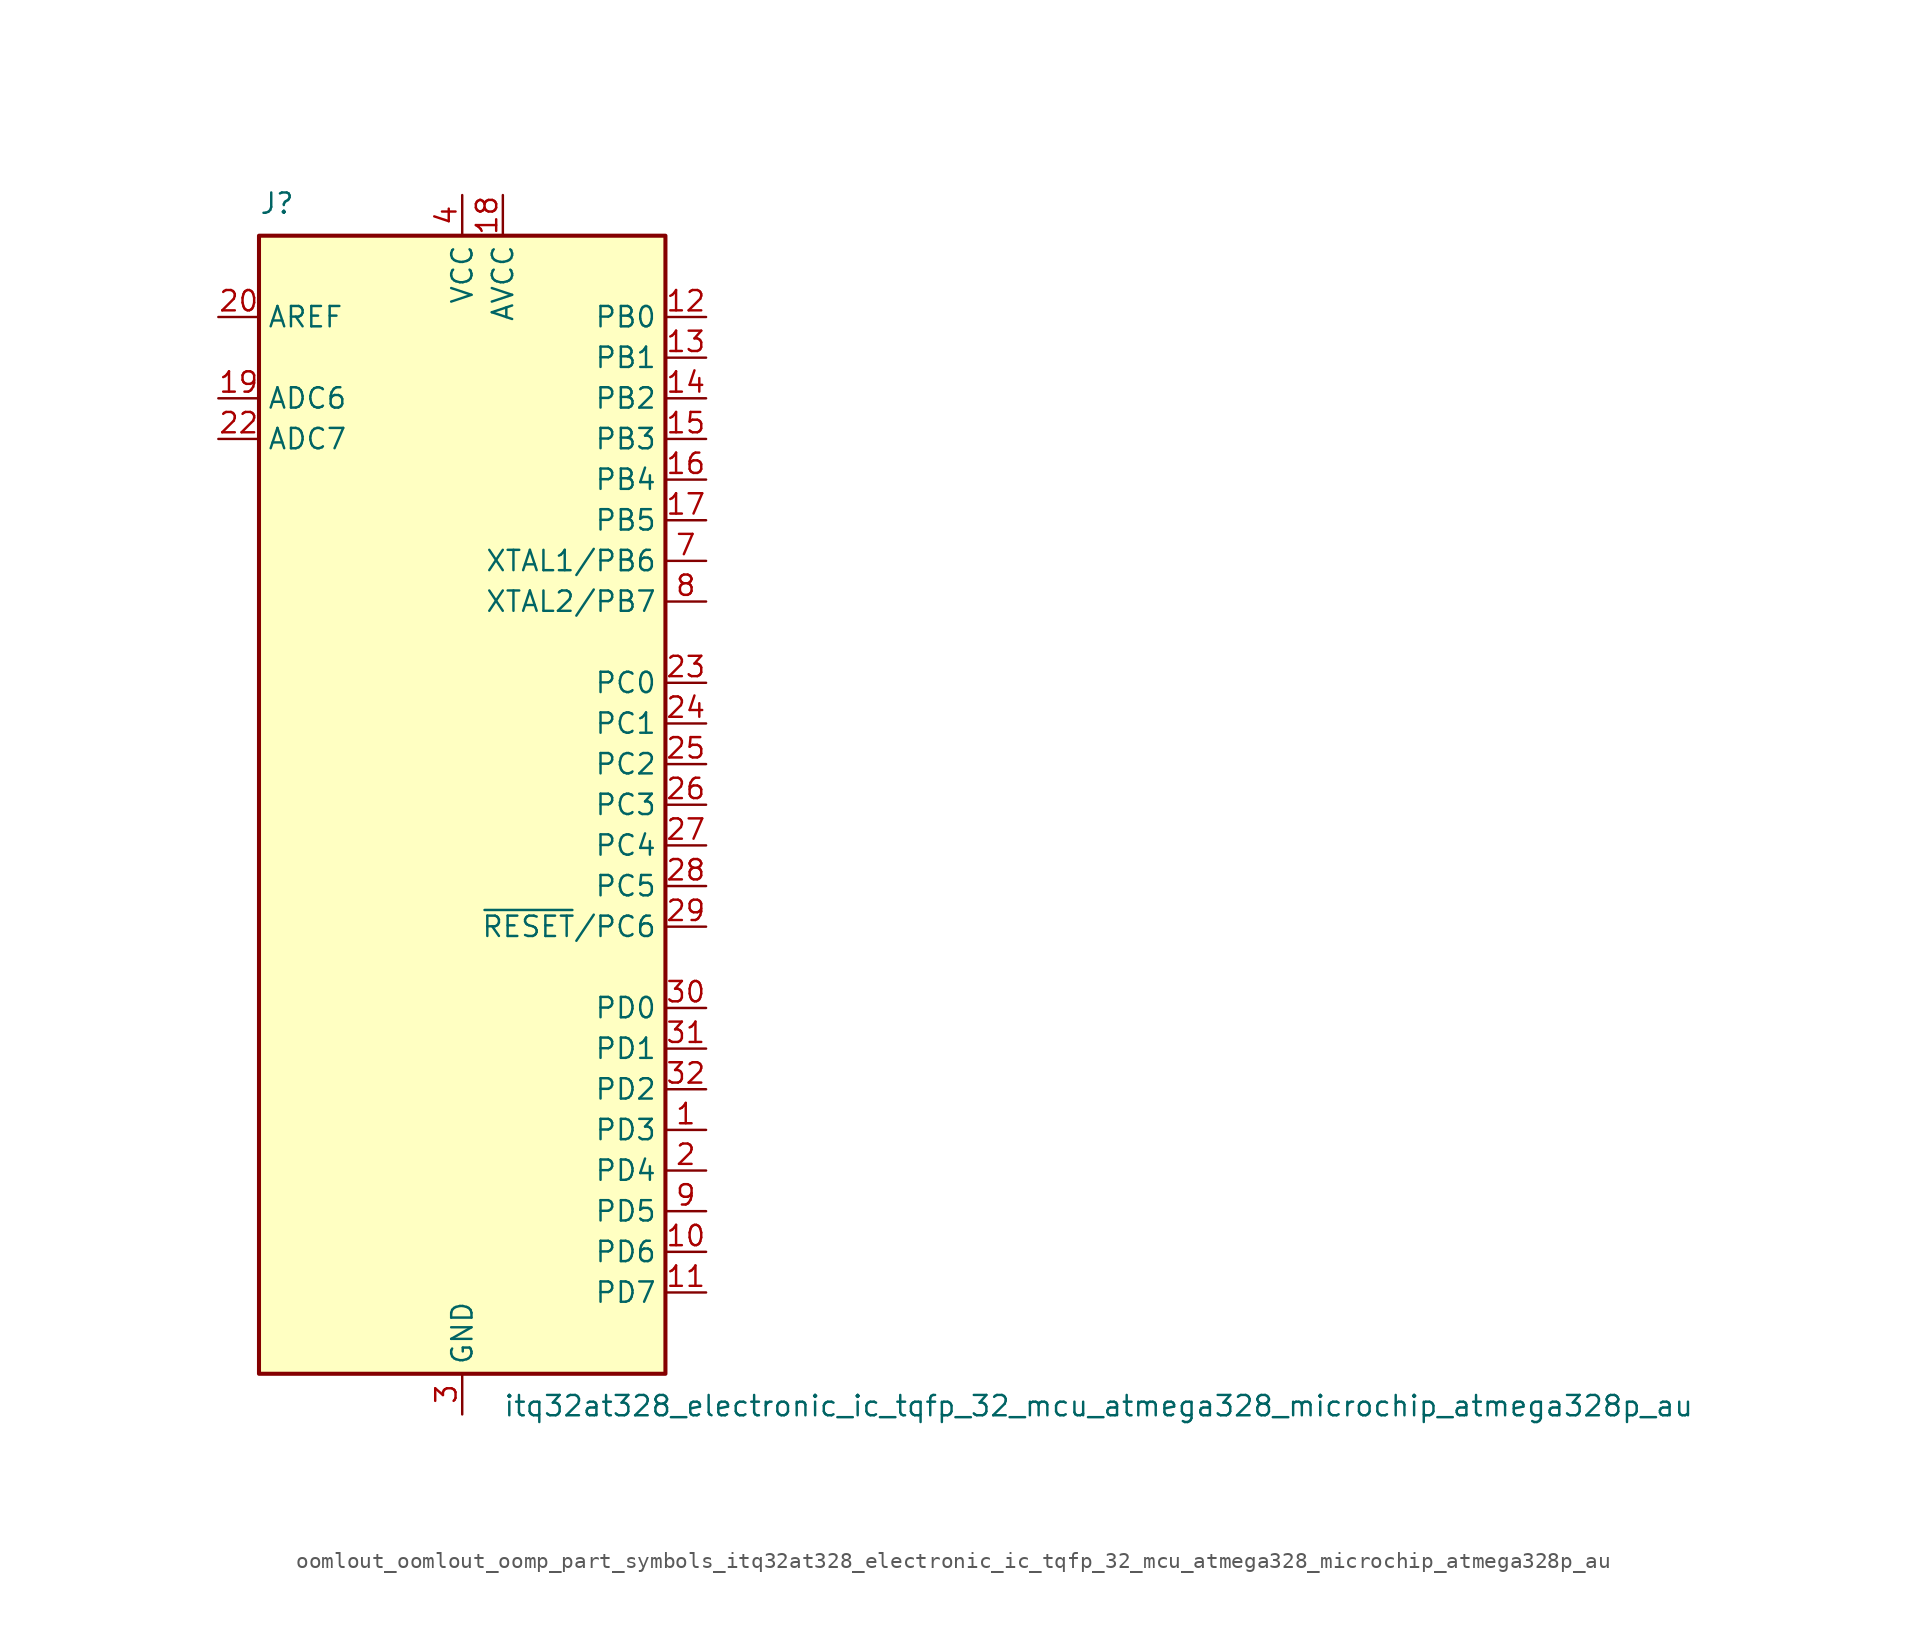
<source format=kicad_sym>
(kicad_symbol_lib
  (version 20220914)
  (generator kicad_symbol_editor)
  (symbol "oomlout_oomlout_oomp_part_symbols_itq32at328_electronic_ic_tqfp_32_mcu_atmega328_microchip_atmega328p_au"
    (property "Reference" "J"
      (at -12.7 36.83 0)
      (effects (font (size 1.27 1.27)) (justify left bottom)))
    (property "Value" "itq32at328_electronic_ic_tqfp_32_mcu_atmega328_microchip_atmega328p_au"
      (at 2.54 -36.83 0)
      (effects (font (size 1.27 1.27)) (justify left top)))
    (symbol "oomlout_oomlout_oomp_part_symbols_itq32at328_electronic_ic_tqfp_32_mcu_atmega328_microchip_atmega328p_au_0_1"
      (rectangle (start -12.7 -35.56) (end 12.7 35.56) (stroke (width 0.254) (type default)) (fill (type background))))
    (symbol "oomlout_oomlout_oomp_part_symbols_itq32at328_electronic_ic_tqfp_32_mcu_atmega328_microchip_atmega328p_au_1_1"
      (pin bidirectional line (at 15.24 -20.32 180) (length 2.54) (name "PD3" (effects (font (size 1.27 1.27)))) (number "1" (effects (font (size 1.27 1.27)))))
      (pin bidirectional line (at 15.24 -27.94 180) (length 2.54) (name "PD6" (effects (font (size 1.27 1.27)))) (number "10" (effects (font (size 1.27 1.27)))))
      (pin bidirectional line (at 15.24 -30.48 180) (length 2.54) (name "PD7" (effects (font (size 1.27 1.27)))) (number "11" (effects (font (size 1.27 1.27)))))
      (pin bidirectional line (at 15.24 30.48 180) (length 2.54) (name "PB0" (effects (font (size 1.27 1.27)))) (number "12" (effects (font (size 1.27 1.27)))))
      (pin bidirectional line (at 15.24 27.94 180) (length 2.54) (name "PB1" (effects (font (size 1.27 1.27)))) (number "13" (effects (font (size 1.27 1.27)))))
      (pin bidirectional line (at 15.24 25.4 180) (length 2.54) (name "PB2" (effects (font (size 1.27 1.27)))) (number "14" (effects (font (size 1.27 1.27)))))
      (pin bidirectional line (at 15.24 22.86 180) (length 2.54) (name "PB3" (effects (font (size 1.27 1.27)))) (number "15" (effects (font (size 1.27 1.27)))))
      (pin bidirectional line (at 15.24 20.32 180) (length 2.54) (name "PB4" (effects (font (size 1.27 1.27)))) (number "16" (effects (font (size 1.27 1.27)))))
      (pin bidirectional line (at 15.24 17.78 180) (length 2.54) (name "PB5" (effects (font (size 1.27 1.27)))) (number "17" (effects (font (size 1.27 1.27)))))
      (pin power_in line (at 2.54 38.1 270) (length 2.54) (name "AVCC" (effects (font (size 1.27 1.27)))) (number "18" (effects (font (size 1.27 1.27)))))
      (pin input line (at -15.24 25.4 0) (length 2.54) (name "ADC6" (effects (font (size 1.27 1.27)))) (number "19" (effects (font (size 1.27 1.27)))))
      (pin bidirectional line (at 15.24 -22.86 180) (length 2.54) (name "PD4" (effects (font (size 1.27 1.27)))) (number "2" (effects (font (size 1.27 1.27)))))
      (pin passive line (at -15.24 30.48 0) (length 2.54) (name "AREF" (effects (font (size 1.27 1.27)))) (number "20" (effects (font (size 1.27 1.27)))))
      (pin passive line (at 0 -38.1 90) (length 2.54) hide (name "GND" (effects (font (size 1.27 1.27)))) (number "21" (effects (font (size 1.27 1.27)))))
      (pin input line (at -15.24 22.86 0) (length 2.54) (name "ADC7" (effects (font (size 1.27 1.27)))) (number "22" (effects (font (size 1.27 1.27)))))
      (pin bidirectional line (at 15.24 7.62 180) (length 2.54) (name "PC0" (effects (font (size 1.27 1.27)))) (number "23" (effects (font (size 1.27 1.27)))))
      (pin bidirectional line (at 15.24 5.08 180) (length 2.54) (name "PC1" (effects (font (size 1.27 1.27)))) (number "24" (effects (font (size 1.27 1.27)))))
      (pin bidirectional line (at 15.24 2.54 180) (length 2.54) (name "PC2" (effects (font (size 1.27 1.27)))) (number "25" (effects (font (size 1.27 1.27)))))
      (pin bidirectional line (at 15.24 0 180) (length 2.54) (name "PC3" (effects (font (size 1.27 1.27)))) (number "26" (effects (font (size 1.27 1.27)))))
      (pin bidirectional line (at 15.24 -2.54 180) (length 2.54) (name "PC4" (effects (font (size 1.27 1.27)))) (number "27" (effects (font (size 1.27 1.27)))))
      (pin bidirectional line (at 15.24 -5.08 180) (length 2.54) (name "PC5" (effects (font (size 1.27 1.27)))) (number "28" (effects (font (size 1.27 1.27)))))
      (pin bidirectional line (at 15.24 -7.62 180) (length 2.54) (name "~{RESET}/PC6" (effects (font (size 1.27 1.27)))) (number "29" (effects (font (size 1.27 1.27)))))
      (pin power_in line (at 0 -38.1 90) (length 2.54) (name "GND" (effects (font (size 1.27 1.27)))) (number "3" (effects (font (size 1.27 1.27)))))
      (pin bidirectional line (at 15.24 -12.7 180) (length 2.54) (name "PD0" (effects (font (size 1.27 1.27)))) (number "30" (effects (font (size 1.27 1.27)))))
      (pin bidirectional line (at 15.24 -15.24 180) (length 2.54) (name "PD1" (effects (font (size 1.27 1.27)))) (number "31" (effects (font (size 1.27 1.27)))))
      (pin bidirectional line (at 15.24 -17.78 180) (length 2.54) (name "PD2" (effects (font (size 1.27 1.27)))) (number "32" (effects (font (size 1.27 1.27)))))
      (pin power_in line (at 0 38.1 270) (length 2.54) (name "VCC" (effects (font (size 1.27 1.27)))) (number "4" (effects (font (size 1.27 1.27)))))
      (pin passive line (at 0 -38.1 90) (length 2.54) hide (name "GND" (effects (font (size 1.27 1.27)))) (number "5" (effects (font (size 1.27 1.27)))))
      (pin passive line (at 0 38.1 270) (length 2.54) hide (name "VCC" (effects (font (size 1.27 1.27)))) (number "6" (effects (font (size 1.27 1.27)))))
      (pin bidirectional line (at 15.24 15.24 180) (length 2.54) (name "XTAL1/PB6" (effects (font (size 1.27 1.27)))) (number "7" (effects (font (size 1.27 1.27)))))
      (pin bidirectional line (at 15.24 12.7 180) (length 2.54) (name "XTAL2/PB7" (effects (font (size 1.27 1.27)))) (number "8" (effects (font (size 1.27 1.27)))))
      (pin bidirectional line (at 15.24 -25.4 180) (length 2.54) (name "PD5" (effects (font (size 1.27 1.27)))) (number "9" (effects (font (size 1.27 1.27))))))))
</source>
